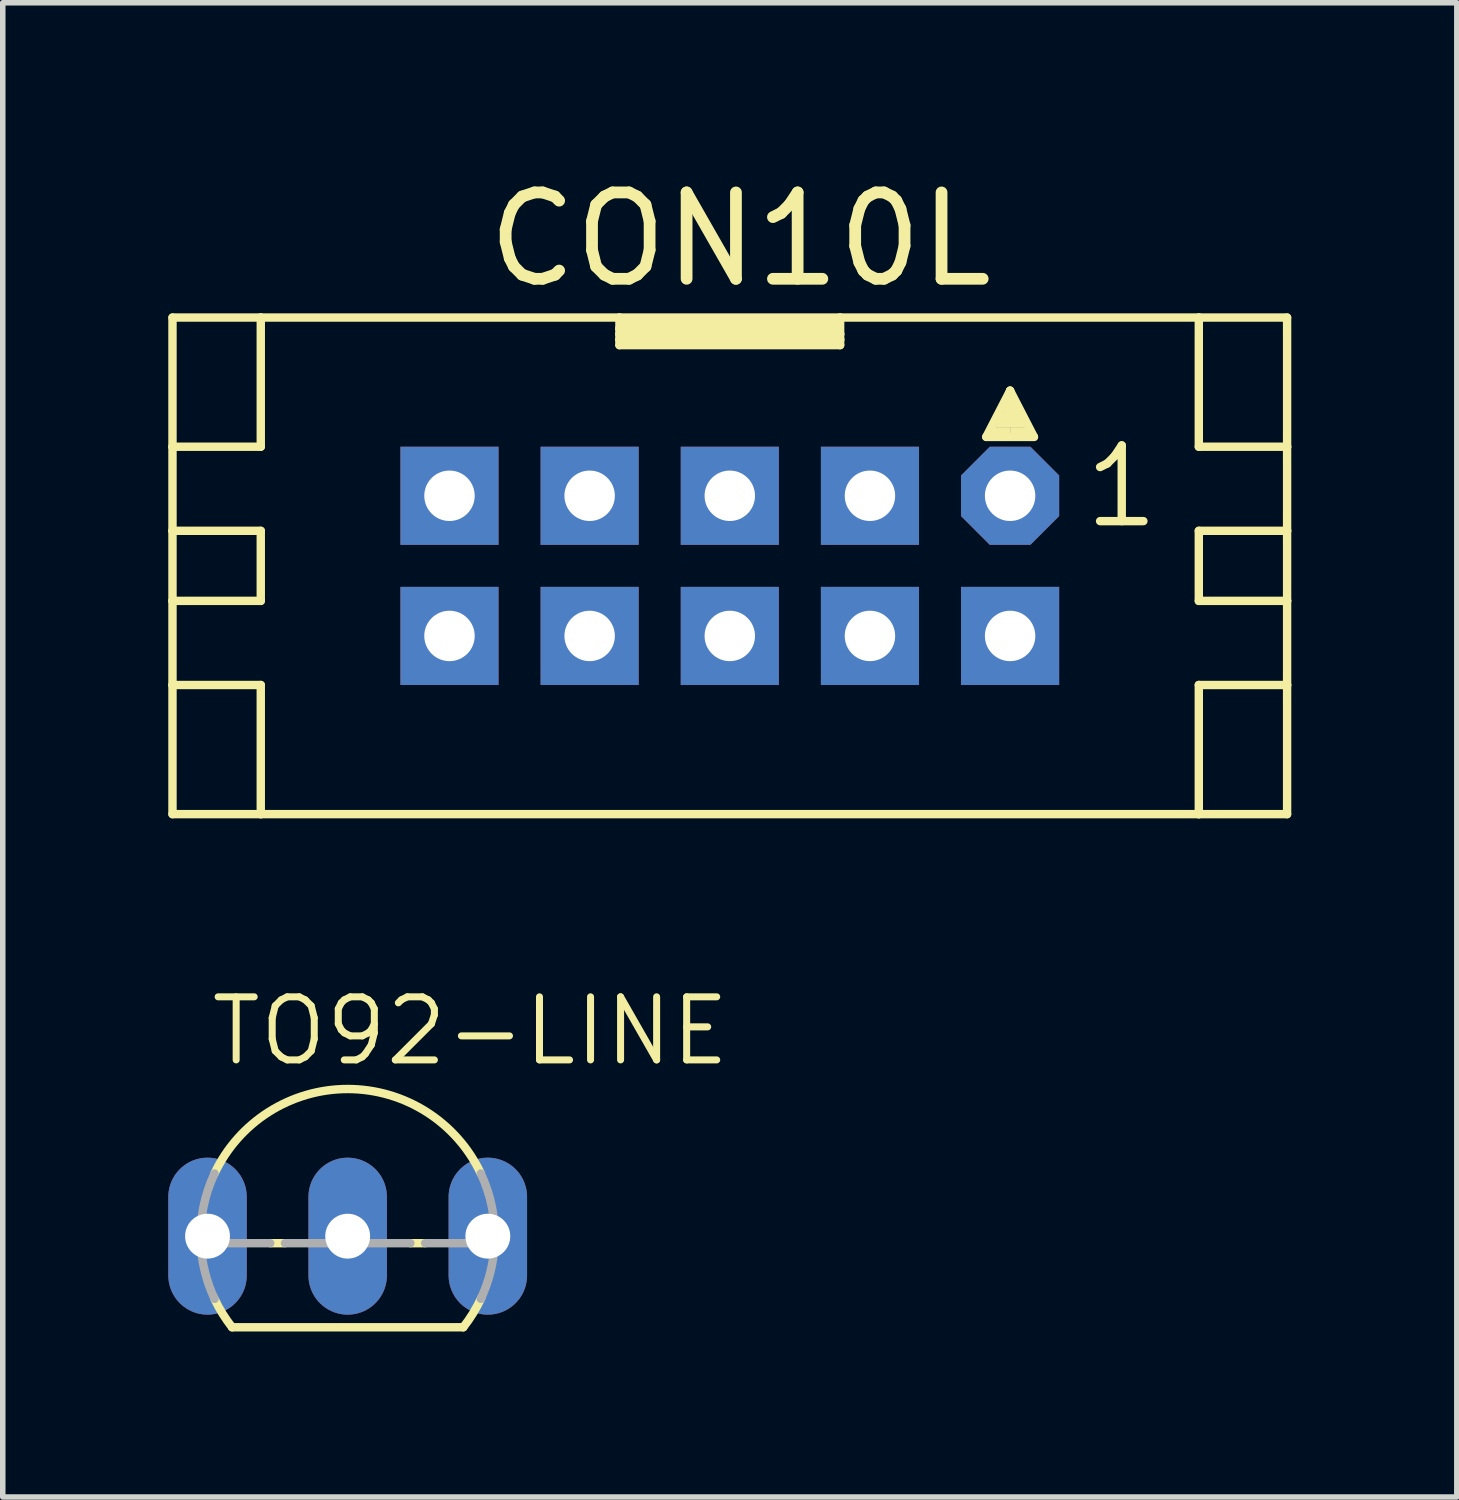
<source format=kicad_pcb>
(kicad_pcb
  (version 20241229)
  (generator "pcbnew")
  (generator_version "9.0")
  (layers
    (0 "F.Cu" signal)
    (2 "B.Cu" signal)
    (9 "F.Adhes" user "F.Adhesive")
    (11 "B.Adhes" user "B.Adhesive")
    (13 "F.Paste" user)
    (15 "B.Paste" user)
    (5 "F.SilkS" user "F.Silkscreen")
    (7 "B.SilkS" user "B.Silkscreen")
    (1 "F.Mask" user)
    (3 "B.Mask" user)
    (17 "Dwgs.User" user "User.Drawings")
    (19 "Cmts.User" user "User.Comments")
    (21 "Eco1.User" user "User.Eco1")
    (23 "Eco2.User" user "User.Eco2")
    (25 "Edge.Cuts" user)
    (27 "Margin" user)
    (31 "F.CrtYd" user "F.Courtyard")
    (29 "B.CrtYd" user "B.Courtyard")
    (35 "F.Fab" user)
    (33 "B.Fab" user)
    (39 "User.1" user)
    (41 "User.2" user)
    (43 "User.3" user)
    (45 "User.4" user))
  (footprint "CON10L"
    (layer "F.Cu")
    (at 10.176 7.205)
    (property "Reference" "CON10L" (at -4.5 -5 0) (unlocked yes) (layer "F.SilkS") (effects (font (size 1.565 1.565) (thickness 0.213)) (justify left bottom)))
    (fp_line (start -10.1 -4.5) (end -10.1 -2.159) (stroke (width 0.152) (type solid)) (layer "F.SilkS"))
    (fp_line (start -10.1 -2.159) (end -10.1 -0.635) (stroke (width 0.152) (type solid)) (layer "F.SilkS"))
    (fp_line (start -10.1 -2.159) (end -8.5 -2.159) (stroke (width 0.152) (type solid)) (layer "F.SilkS"))
    (fp_line (start -10.1 -0.635) (end -10.1 0.635) (stroke (width 0.152) (type solid)) (layer "F.SilkS"))
    (fp_line (start -10.1 -0.635) (end -8.5 -0.635) (stroke (width 0.152) (type solid)) (layer "F.SilkS"))
    (fp_line (start -10.1 0.635) (end -10.1 2.159) (stroke (width 0.152) (type solid)) (layer "F.SilkS"))
    (fp_line (start -10.1 0.635) (end -8.5 0.635) (stroke (width 0.152) (type solid)) (layer "F.SilkS"))
    (fp_line (start -10.1 2.159) (end -10.1 4.5) (stroke (width 0.152) (type solid)) (layer "F.SilkS"))
    (fp_line (start -10.1 2.159) (end -8.5 2.159) (stroke (width 0.152) (type solid)) (layer "F.SilkS"))
    (fp_line (start -10.1 4.5) (end -8.5 4.5) (stroke (width 0.152) (type solid)) (layer "F.SilkS"))
    (fp_line (start -8.5 -4.5) (end -10.1 -4.5) (stroke (width 0.152) (type solid)) (layer "F.SilkS"))
    (fp_line (start -8.5 -4.5) (end -8.5 -2.159) (stroke (width 0.152) (type solid)) (layer "F.SilkS"))
    (fp_line (start -8.5 -0.635) (end -8.5 0.635) (stroke (width 0.152) (type solid)) (layer "F.SilkS"))
    (fp_line (start -8.5 2.159) (end -8.5 4.5) (stroke (width 0.152) (type solid)) (layer "F.SilkS"))
    (fp_line (start -8.5 4.5) (end 8.5 4.5) (stroke (width 0.152) (type solid)) (layer "F.SilkS"))
    (fp_line (start -2 -4.5) (end -8.5 -4.5) (stroke (width 0.152) (type solid)) (layer "F.SilkS"))
    (fp_line (start -2 -4.5) (end -2 -4.3) (stroke (width 0.152) (type solid)) (layer "F.SilkS"))
    (fp_line (start -2 -4.3) (end -2 -4.2) (stroke (width 0.152) (type solid)) (layer "F.SilkS"))
    (fp_line (start -2 -4.3) (end 1.9 -4.3) (stroke (width 0.152) (type solid)) (layer "F.SilkS"))
    (fp_line (start -2 -4.2) (end -2 -4.1) (stroke (width 0.152) (type solid)) (layer "F.SilkS"))
    (fp_line (start -2 -4.2) (end 2 -4.2) (stroke (width 0.152) (type solid)) (layer "F.SilkS"))
    (fp_line (start -2 -4.1) (end -2 -4) (stroke (width 0.152) (type solid)) (layer "F.SilkS"))
    (fp_line (start -2 -4.1) (end 2 -4.1) (stroke (width 0.152) (type solid)) (layer "F.SilkS"))
    (fp_line (start -2 -4) (end 2 -4) (stroke (width 0.152) (type solid)) (layer "F.SilkS"))
    (fp_line (start 1.9 -4.4) (end -1.9 -4.4) (stroke (width 0.152) (type solid)) (layer "F.SilkS"))
    (fp_line (start 1.9 -4.3) (end 1.9 -4.4) (stroke (width 0.152) (type solid)) (layer "F.SilkS"))
    (fp_line (start 2 -4.5) (end -2 -4.5) (stroke (width 0.152) (type solid)) (layer "F.SilkS"))
    (fp_line (start 2 -4.2) (end 2 -4.5) (stroke (width 0.152) (type solid)) (layer "F.SilkS"))
    (fp_line (start 2 -4.1) (end 2 -4.2) (stroke (width 0.152) (type solid)) (layer "F.SilkS"))
    (fp_line (start 2 -4) (end 2 -4.1) (stroke (width 0.152) (type solid)) (layer "F.SilkS"))
    (fp_line (start 4.648 -2.337) (end 5.08 -3.175) (stroke (width 0.152) (type solid)) (layer "F.SilkS"))
    (fp_line (start 5.08 -3.175) (end 5.08 -2.921) (stroke (width 0.152) (type solid)) (layer "F.SilkS"))
    (fp_line (start 5.08 -3.175) (end 5.512 -2.337) (stroke (width 0.152) (type solid)) (layer "F.SilkS"))
    (fp_line (start 5.512 -2.337) (end 4.648 -2.337) (stroke (width 0.152) (type solid)) (layer "F.SilkS"))
    (fp_line (start 8.5 -4.5) (end 2 -4.5) (stroke (width 0.152) (type solid)) (layer "F.SilkS"))
    (fp_line (start 8.5 -4.5) (end 8.5 -2.159) (stroke (width 0.152) (type solid)) (layer "F.SilkS"))
    (fp_line (start 8.5 -2.159) (end 10.1 -2.159) (stroke (width 0.152) (type solid)) (layer "F.SilkS"))
    (fp_line (start 8.5 -0.635) (end 8.5 0.635) (stroke (width 0.152) (type solid)) (layer "F.SilkS"))
    (fp_line (start 8.5 -0.635) (end 10.1 -0.635) (stroke (width 0.152) (type solid)) (layer "F.SilkS"))
    (fp_line (start 8.5 0.635) (end 10.1 0.635) (stroke (width 0.152) (type solid)) (layer "F.SilkS"))
    (fp_line (start 8.5 2.159) (end 8.5 4.5) (stroke (width 0.152) (type solid)) (layer "F.SilkS"))
    (fp_line (start 8.5 2.159) (end 10.1 2.159) (stroke (width 0.152) (type solid)) (layer "F.SilkS"))
    (fp_line (start 8.5 4.5) (end 10.1 4.5) (stroke (width 0.152) (type solid)) (layer "F.SilkS"))
    (fp_line (start 10.1 -4.5) (end 8.5 -4.5) (stroke (width 0.152) (type solid)) (layer "F.SilkS"))
    (fp_line (start 10.1 -2.159) (end 10.1 -4.5) (stroke (width 0.152) (type solid)) (layer "F.SilkS"))
    (fp_line (start 10.1 -0.635) (end 10.1 -2.159) (stroke (width 0.152) (type solid)) (layer "F.SilkS"))
    (fp_line (start 10.1 0.635) (end 10.1 -0.635) (stroke (width 0.152) (type solid)) (layer "F.SilkS"))
    (fp_line (start 10.1 2.159) (end 10.1 0.635) (stroke (width 0.152) (type solid)) (layer "F.SilkS"))
    (fp_line (start 10.1 4.5) (end 10.1 2.159) (stroke (width 0.152) (type solid)) (layer "F.SilkS"))
    (fp_poly (pts (xy 4.699 -2.388) (xy 5.08 -2.388) (xy 5.08 -2.515) (xy 4.699 -2.515)) (stroke (width 0) (type default)) (fill yes) (layer "F.SilkS"))
    (fp_poly (pts (xy 4.826 -2.515) (xy 5.334 -2.515) (xy 5.334 -2.769) (xy 4.826 -2.769)) (stroke (width 0) (type default)) (fill yes) (layer "F.SilkS"))
    (fp_poly (pts (xy 4.953 -2.718) (xy 5.207 -2.718) (xy 5.207 -2.972) (xy 4.953 -2.972)) (stroke (width 0) (type default)) (fill yes) (layer "F.SilkS"))
    (fp_poly (pts (xy 5.08 -2.388) (xy 5.461 -2.388) (xy 5.461 -2.515) (xy 5.08 -2.515)) (stroke (width 0) (type default)) (fill yes) (layer "F.SilkS"))
    (fp_text user "1" (at 6.35 -0.635 0) (unlocked yes) (layer "F.SilkS") (effects (font (size 1.372 1.372) (thickness 0.152)) (justify left bottom)))
    (pad "1" thru_hole roundrect (at 5.08 -1.27 90) (size 1.778 1.778) (drill 0.914) (layers "*.Cu" "*.Mask") (roundrect_rratio 0.25) (chamfer_ratio 0.293) (chamfer top_left top_right bottom_left bottom_right))
    (pad "2" thru_hole rect (at 5.08 1.27 90) (size 1.778 1.778) (drill 0.914) (layers "*.Cu" "*.Mask"))
    (pad "3" thru_hole rect (at 2.54 -1.27 90) (size 1.778 1.778) (drill 0.914) (layers "*.Cu" "*.Mask"))
    (pad "4" thru_hole rect (at 2.54 1.27 90) (size 1.778 1.778) (drill 0.914) (layers "*.Cu" "*.Mask"))
    (pad "5" thru_hole rect (at 0 -1.27 90) (size 1.778 1.778) (drill 0.914) (layers "*.Cu" "*.Mask"))
    (pad "6" thru_hole rect (at 0 1.27 90) (size 1.778 1.778) (drill 0.914) (layers "*.Cu" "*.Mask"))
    (pad "7" thru_hole rect (at -2.54 -1.27 90) (size 1.778 1.778) (drill 0.914) (layers "*.Cu" "*.Mask"))
    (pad "8" thru_hole rect (at -2.54 1.27 270) (size 1.778 1.778) (drill 0.914) (layers "*.Cu" "*.Mask"))
    (pad "9" thru_hole rect (at -5.08 -1.27 90) (size 1.778 1.778) (drill 0.914) (layers "*.Cu" "*.Mask"))
    (pad "10" thru_hole rect (at -5.08 1.27 270) (size 1.778 1.778) (drill 0.914) (layers "*.Cu" "*.Mask")))
  (footprint "TO92-LINE"
    (layer "F.Cu")
    (at 3.251 19.353)
    (property "Reference" "TO92-LINE" (at -2.54 -3.048 0) (unlocked yes) (layer "F.SilkS") (effects (font (size 1.143 1.143) (thickness 0.127)) (justify left bottom)))
    (fp_line (start -2.095 1.651) (end 2.095 1.651) (stroke (width 0.152) (type solid)) (layer "F.SilkS"))
    (fp_line (start -1.136 0.127) (end -1.404 0.127) (stroke (width 0.152) (type solid)) (layer "F.SilkS"))
    (fp_line (start 1.404 0.127) (end 1.136 0.127) (stroke (width 0.152) (type solid)) (layer "F.SilkS"))
    (fp_arc (start -2.413 -1.1359) (mid 0 -2.66699) (end 2.413 -1.1359) (stroke (width 0.1524) (type solid)) (layer "F.SilkS"))
    (fp_arc (start -2.095 1.651) (mid -2.268918 1.40252) (end -2.4135 1.1359) (stroke (width 0.1524) (type solid)) (layer "F.SilkS"))
    (fp_arc (start 2.4247 1.1118) (mid 2.275878 1.391201) (end 2.095 1.651) (stroke (width 0.1524) (type solid)) (layer "F.SilkS"))
    (fp_line (start -1.404 0.127) (end -2.664 0.127) (stroke (width 0.152) (type solid)) (layer "F.Fab"))
    (fp_line (start 1.136 0.127) (end -1.136 0.127) (stroke (width 0.152) (type solid)) (layer "F.Fab"))
    (fp_line (start 2.664 0.127) (end 1.404 0.127) (stroke (width 0.152) (type solid)) (layer "F.Fab"))
    (fp_arc (start -2.664 0.127) (mid -2.615858 -0.519825) (end -2.413 -1.1359) (stroke (width 0.1524) (type solid)) (layer "F.Fab"))
    (fp_arc (start -2.413 1.1359) (mid -2.588137 0.643799) (end -2.664 0.127) (stroke (width 0.1524) (type solid)) (layer "F.Fab"))
    (fp_arc (start 2.413 -1.1359) (mid 2.615858 -0.519825) (end 2.664 0.127) (stroke (width 0.1524) (type solid)) (layer "F.Fab"))
    (fp_arc (start 2.664 0.127) (mid 2.588137 0.643799) (end 2.413 1.1359) (stroke (width 0.1524) (type solid)) (layer "F.Fab"))
    (pad "1" thru_hole oval (at 2.54 0 90) (size 2.845 1.422) (drill 0.813) (layers "*.Cu" "*.Mask"))
    (pad "2" thru_hole oval (at 0 0 90) (size 2.845 1.422) (drill 0.813) (layers "*.Cu" "*.Mask"))
    (pad "3" thru_hole oval (at -2.54 0 90) (size 2.845 1.422) (drill 0.813) (layers "*.Cu" "*.Mask")))
  (gr_rect
    (start -3 -3)
    (end 23.352 24.08)
    (stroke (width 0.1) (type default))
    (fill no)
    (layer "Edge.Cuts")))
</source>
